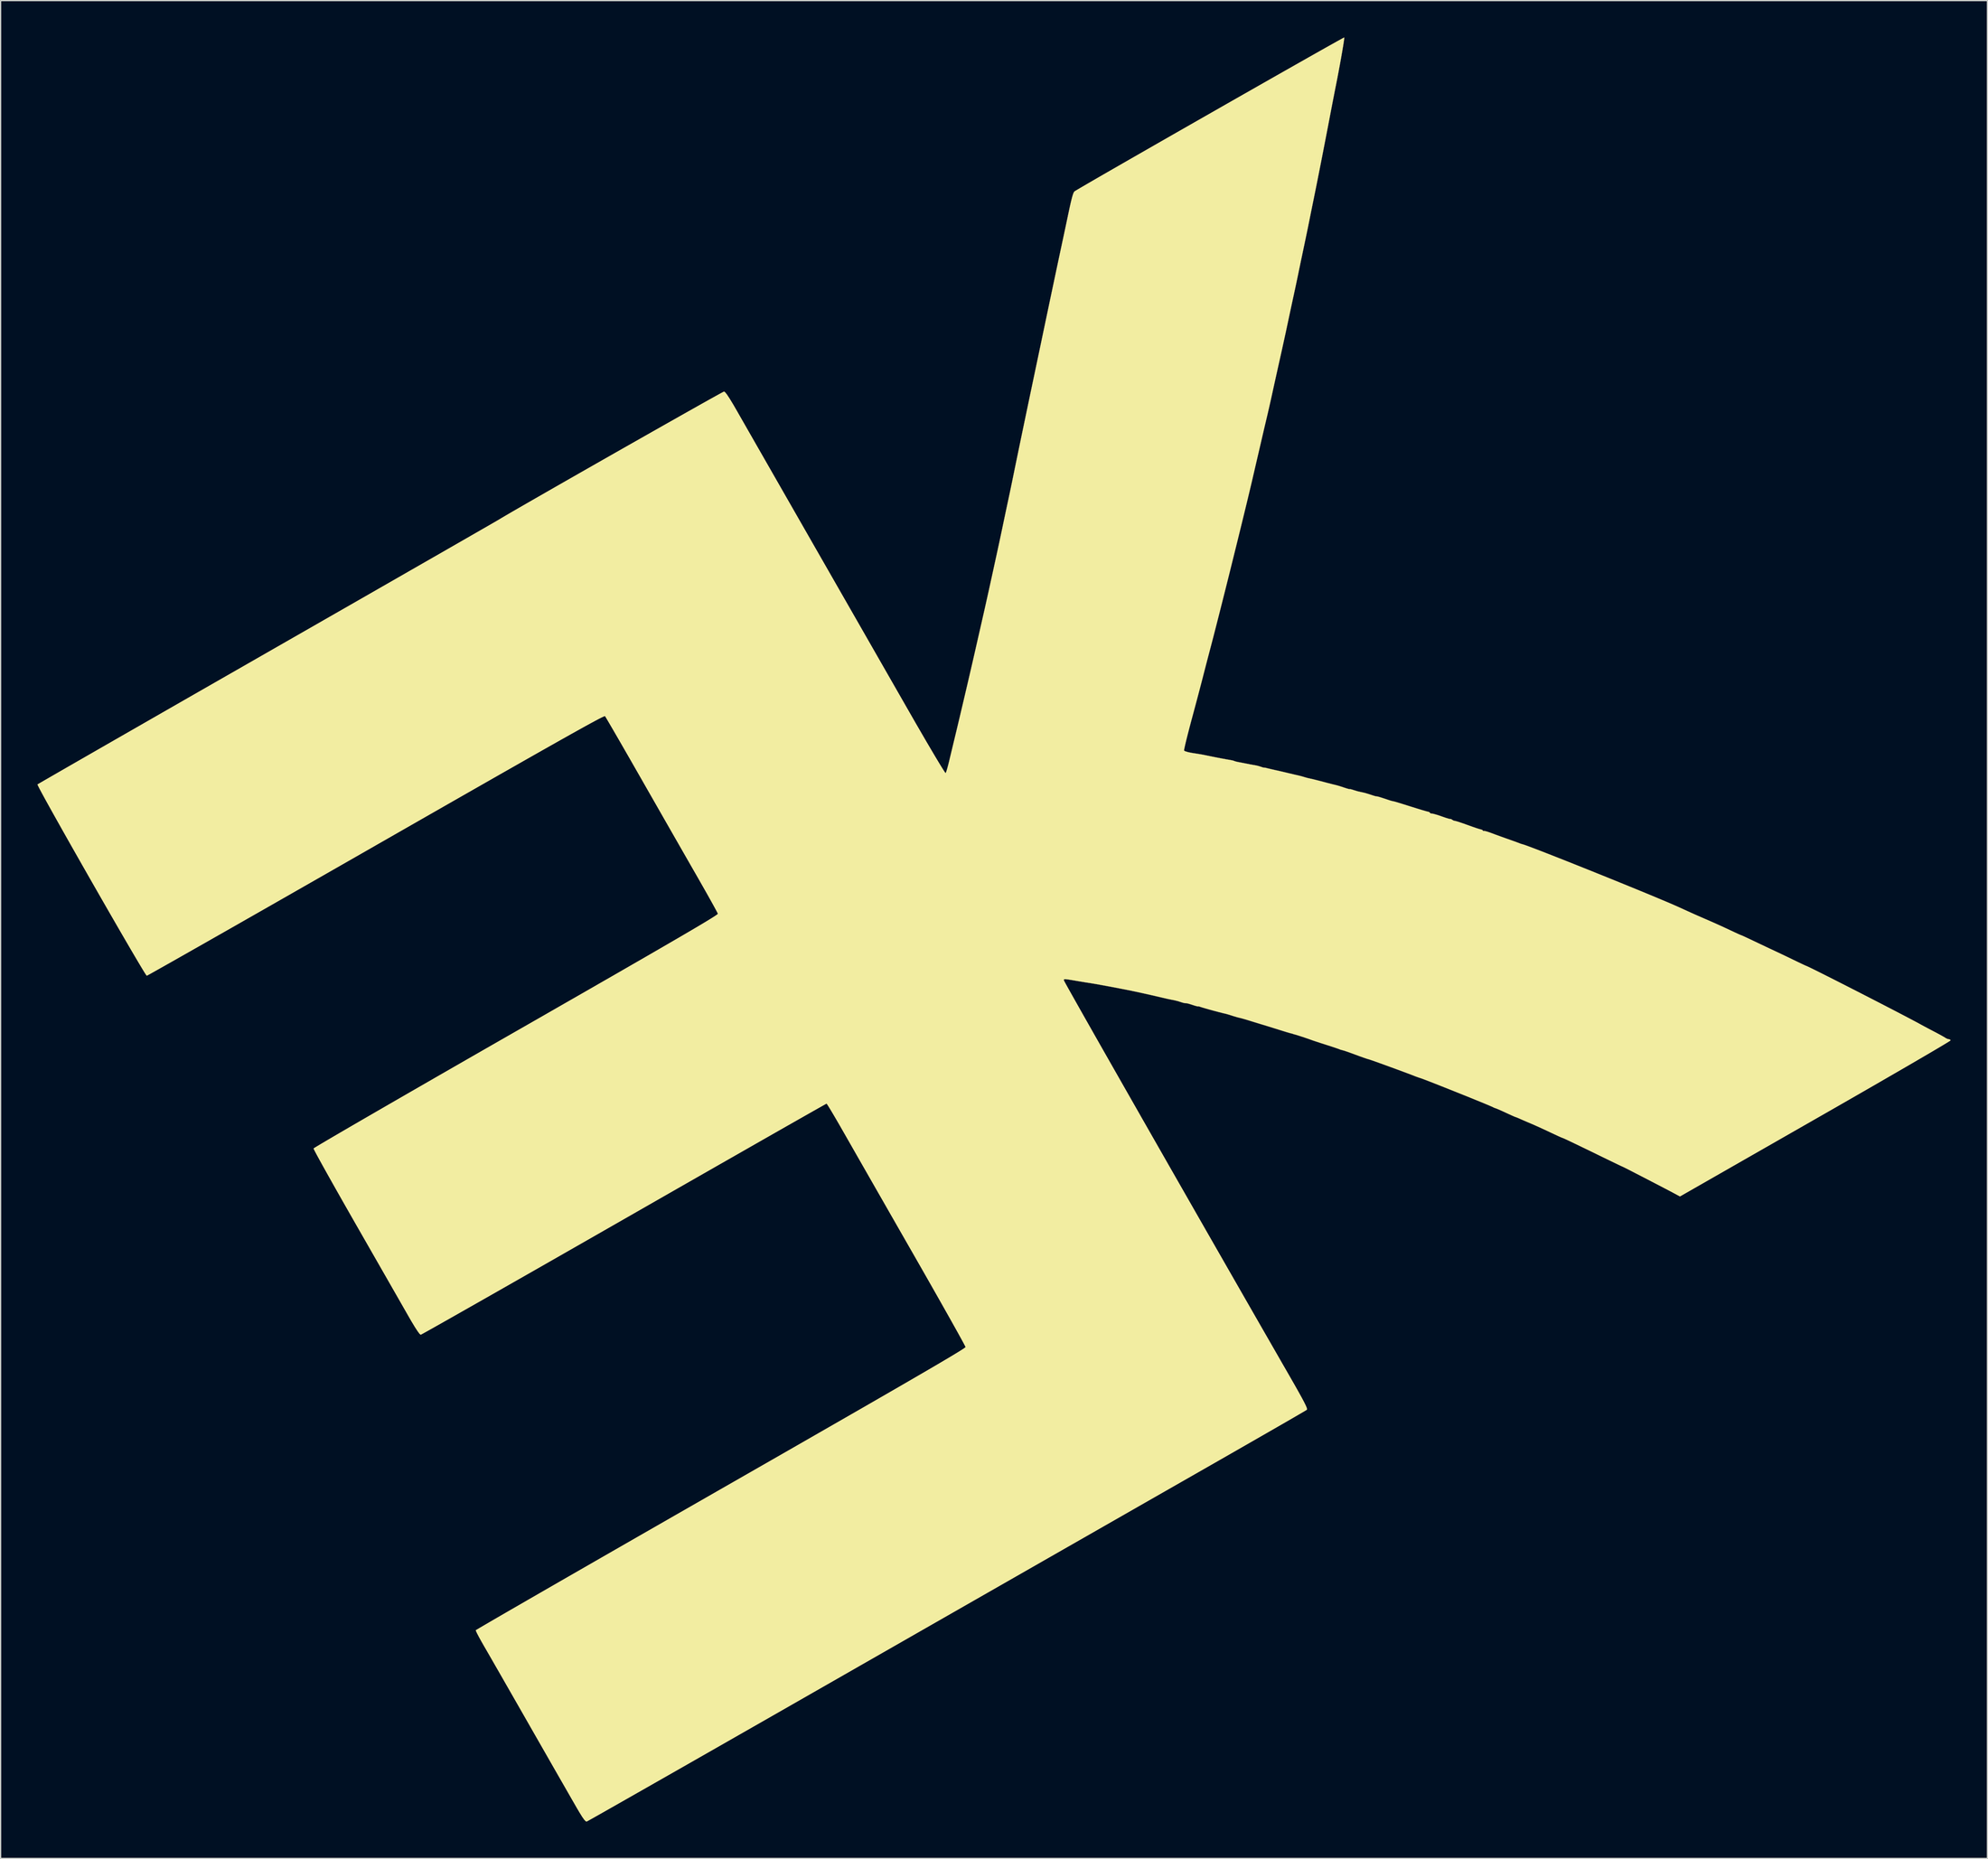
<source format=kicad_pcb>
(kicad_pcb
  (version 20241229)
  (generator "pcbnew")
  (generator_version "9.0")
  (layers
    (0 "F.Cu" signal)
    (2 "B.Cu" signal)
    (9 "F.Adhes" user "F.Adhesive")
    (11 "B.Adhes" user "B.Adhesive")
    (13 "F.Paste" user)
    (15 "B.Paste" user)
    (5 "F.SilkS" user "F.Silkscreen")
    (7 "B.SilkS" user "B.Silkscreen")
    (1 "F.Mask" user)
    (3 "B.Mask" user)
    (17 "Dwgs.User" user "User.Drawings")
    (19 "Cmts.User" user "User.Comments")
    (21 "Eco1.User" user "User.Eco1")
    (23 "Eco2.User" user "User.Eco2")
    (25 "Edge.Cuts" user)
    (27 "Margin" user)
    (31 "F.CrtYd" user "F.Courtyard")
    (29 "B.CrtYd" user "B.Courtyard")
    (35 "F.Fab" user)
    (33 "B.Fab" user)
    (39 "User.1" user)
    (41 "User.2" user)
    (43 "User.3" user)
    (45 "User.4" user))
  (footprint "giant-ek-logo"
    (layer "F.Cu")
    (at 77.93 72.532)
    (property "Reference" "giant-ek-logo" (at 0 0 0) (layer "F.SilkS") (effects (font (size 1.524 1.524) (thickness 0.3))))
    (attr through_hole)
    (fp_poly (pts (xy 28.506 -72.435) (xy 28.475 -72.201) (xy 28.42 -71.849) (xy 28.345 -71.402) (xy 28.255 -70.885) (xy 28.153 -70.321) (xy 28.044 -69.734) (xy 27.933 -69.149) (xy 27.822 -68.589) (xy 27.811 -68.538) (xy 27.759 -68.274) (xy 27.682 -67.878) (xy 27.586 -67.388) (xy 27.48 -66.836) (xy 27.369 -66.26) (xy 27.344 -66.125) (xy 27.112 -64.917) (xy 26.883 -63.734) (xy 26.663 -62.603) (xy 26.456 -61.552) (xy 26.268 -60.605) (xy 26.104 -59.792) (xy 26.066 -59.605) (xy 25.96 -59.083) (xy 25.849 -58.537) (xy 25.746 -58.029) (xy 25.664 -57.617) (xy 25.655 -57.573) (xy 25.581 -57.206) (xy 25.482 -56.724) (xy 25.368 -56.177) (xy 25.251 -55.617) (xy 25.19 -55.33) (xy 25.08 -54.805) (xy 24.971 -54.29) (xy 24.875 -53.826) (xy 24.798 -53.458) (xy 24.766 -53.298) (xy 24.705 -53.007) (xy 24.619 -52.596) (xy 24.515 -52.108) (xy 24.403 -51.588) (xy 24.342 -51.308) (xy 24.221 -50.746) (xy 24.093 -50.15) (xy 23.971 -49.579) (xy 23.867 -49.092) (xy 23.834 -48.937) (xy 23.75 -48.54) (xy 23.637 -48.024) (xy 23.508 -47.434) (xy 23.372 -46.817) (xy 23.24 -46.228) (xy 23.107 -45.633) (xy 22.972 -45.024) (xy 22.844 -44.446) (xy 22.733 -43.943) (xy 22.65 -43.561) (xy 22.537 -43.049) (xy 22.406 -42.468) (xy 22.278 -41.913) (xy 22.228 -41.698) (xy 22.13 -41.284) (xy 22.038 -40.895) (xy 21.964 -40.582) (xy 21.929 -40.428) (xy 21.882 -40.228) (xy 21.806 -39.901) (xy 21.709 -39.485) (xy 21.601 -39.018) (xy 21.545 -38.777) (xy 21.429 -38.281) (xy 21.317 -37.799) (xy 21.219 -37.375) (xy 21.145 -37.053) (xy 21.122 -36.957) (xy 20.971 -36.306) (xy 20.782 -35.512) (xy 20.563 -34.599) (xy 20.317 -33.587) (xy 20.051 -32.5) (xy 19.77 -31.358) (xy 19.479 -30.183) (xy 19.185 -28.998) (xy 18.892 -27.825) (xy 18.605 -26.686) (xy 18.331 -25.602) (xy 18.074 -24.595) (xy 17.841 -23.687) (xy 17.636 -22.901) (xy 17.569 -22.648) (xy 17.424 -22.095) (xy 17.273 -21.519) (xy 17.132 -20.974) (xy 17.013 -20.512) (xy 16.964 -20.32) (xy 16.882 -20.003) (xy 16.764 -19.553) (xy 16.619 -19.001) (xy 16.454 -18.38) (xy 16.277 -17.718) (xy 16.097 -17.048) (xy 16.08 -16.988) (xy 15.916 -16.369) (xy 15.769 -15.801) (xy 15.644 -15.305) (xy 15.548 -14.903) (xy 15.485 -14.614) (xy 15.46 -14.461) (xy 15.46 -14.443) (xy 15.557 -14.384) (xy 15.778 -14.317) (xy 16.08 -14.255) (xy 16.153 -14.243) (xy 16.497 -14.19) (xy 16.8 -14.14) (xy 17.003 -14.104) (xy 17.018 -14.101) (xy 17.227 -14.058) (xy 17.515 -14) (xy 17.653 -13.971) (xy 18.121 -13.878) (xy 18.576 -13.79) (xy 18.969 -13.719) (xy 19.242 -13.673) (xy 19.439 -13.634) (xy 19.546 -13.596) (xy 19.673 -13.552) (xy 19.861 -13.51) (xy 20.087 -13.468) (xy 20.393 -13.408) (xy 20.574 -13.372) (xy 20.878 -13.312) (xy 21.147 -13.264) (xy 21.258 -13.246) (xy 21.511 -13.19) (xy 21.706 -13.128) (xy 21.891 -13.067) (xy 21.995 -13.05) (xy 22.119 -13.038) (xy 22.246 -13.002) (xy 22.612 -12.916) (xy 22.906 -12.849) (xy 22.987 -12.832) (xy 23.142 -12.798) (xy 23.415 -12.735) (xy 23.756 -12.654) (xy 23.918 -12.615) (xy 24.274 -12.531) (xy 24.58 -12.459) (xy 24.79 -12.411) (xy 24.841 -12.4) (xy 25.037 -12.35) (xy 25.264 -12.282) (xy 25.524 -12.208) (xy 25.739 -12.16) (xy 25.909 -12.123) (xy 26.196 -12.052) (xy 26.554 -11.961) (xy 26.797 -11.897) (xy 27.17 -11.798) (xy 27.497 -11.714) (xy 27.733 -11.656) (xy 27.816 -11.637) (xy 27.989 -11.591) (xy 28.254 -11.509) (xy 28.472 -11.436) (xy 28.726 -11.354) (xy 28.901 -11.307) (xy 28.956 -11.304) (xy 29.027 -11.3) (xy 29.204 -11.249) (xy 29.287 -11.221) (xy 29.581 -11.131) (xy 29.868 -11.064) (xy 29.901 -11.059) (xy 30.14 -11.005) (xy 30.454 -10.915) (xy 30.671 -10.845) (xy 30.925 -10.762) (xy 31.101 -10.714) (xy 31.157 -10.71) (xy 31.231 -10.701) (xy 31.423 -10.647) (xy 31.696 -10.559) (xy 31.729 -10.548) (xy 32.02 -10.451) (xy 32.246 -10.377) (xy 32.361 -10.342) (xy 32.364 -10.342) (xy 32.449 -10.323) (xy 32.538 -10.303) (xy 32.597 -10.291) (xy 32.718 -10.257) (xy 32.97 -10.181) (xy 33.321 -10.073) (xy 33.74 -9.941) (xy 33.994 -9.861) (xy 34.436 -9.723) (xy 34.825 -9.604) (xy 35.13 -9.515) (xy 35.322 -9.464) (xy 35.37 -9.456) (xy 35.468 -9.41) (xy 35.475 -9.384) (xy 35.546 -9.326) (xy 35.642 -9.313) (xy 35.796 -9.285) (xy 36.059 -9.21) (xy 36.383 -9.103) (xy 36.489 -9.065) (xy 36.795 -8.959) (xy 37.029 -8.889) (xy 37.156 -8.865) (xy 37.169 -8.871) (xy 37.216 -8.868) (xy 37.27 -8.822) (xy 37.434 -8.731) (xy 37.503 -8.72) (xy 37.631 -8.691) (xy 37.881 -8.614) (xy 38.214 -8.501) (xy 38.566 -8.375) (xy 38.947 -8.238) (xy 39.28 -8.124) (xy 39.527 -8.047) (xy 39.645 -8.019) (xy 39.771 -7.971) (xy 39.793 -7.927) (xy 39.831 -7.886) (xy 39.845 -7.898) (xy 39.944 -7.896) (xy 40.156 -7.841) (xy 40.435 -7.745) (xy 40.459 -7.736) (xy 40.818 -7.602) (xy 41.252 -7.444) (xy 41.677 -7.292) (xy 41.741 -7.27) (xy 42.077 -7.151) (xy 42.361 -7.05) (xy 42.548 -6.982) (xy 42.587 -6.967) (xy 42.737 -6.91) (xy 42.778 -6.897) (xy 42.862 -6.862) (xy 42.952 -6.832) (xy 43.011 -6.818) (xy 43.173 -6.768) (xy 43.476 -6.659) (xy 43.906 -6.498) (xy 44.447 -6.291) (xy 45.085 -6.043) (xy 45.803 -5.761) (xy 46.588 -5.451) (xy 47.423 -5.118) (xy 48.295 -4.77) (xy 49.187 -4.411) (xy 50.085 -4.049) (xy 50.973 -3.688) (xy 51.837 -3.336) (xy 52.662 -2.998) (xy 53.432 -2.68) (xy 54.132 -2.388) (xy 54.748 -2.129) (xy 55.263 -1.909) (xy 55.664 -1.732) (xy 55.753 -1.692) (xy 56.115 -1.527) (xy 56.485 -1.359) (xy 56.769 -1.23) (xy 57.022 -1.116) (xy 57.378 -0.959) (xy 57.788 -0.78) (xy 58.124 -0.635) (xy 58.61 -0.421) (xy 59.153 -0.177) (xy 59.67 0.061) (xy 59.923 0.18) (xy 60.271 0.344) (xy 60.56 0.477) (xy 60.758 0.565) (xy 60.831 0.593) (xy 60.918 0.627) (xy 61.128 0.722) (xy 61.433 0.864) (xy 61.803 1.039) (xy 61.91 1.09) (xy 62.354 1.302) (xy 62.8 1.513) (xy 63.197 1.701) (xy 63.494 1.839) (xy 63.5 1.842) (xy 63.795 1.981) (xy 64.191 2.169) (xy 64.635 2.381) (xy 65.066 2.59) (xy 65.444 2.772) (xy 65.765 2.925) (xy 65.999 3.035) (xy 66.117 3.087) (xy 66.125 3.09) (xy 66.229 3.133) (xy 66.468 3.247) (xy 66.825 3.422) (xy 67.285 3.651) (xy 67.832 3.926) (xy 68.45 4.238) (xy 69.123 4.58) (xy 69.835 4.943) (xy 70.571 5.319) (xy 71.315 5.701) (xy 72.05 6.079) (xy 72.761 6.446) (xy 73.432 6.794) (xy 74.047 7.115) (xy 74.591 7.4) (xy 75.047 7.642) (xy 75.399 7.832) (xy 75.48 7.877) (xy 75.747 8.022) (xy 76.105 8.212) (xy 76.493 8.417) (xy 76.666 8.507) (xy 76.995 8.682) (xy 77.27 8.835) (xy 77.454 8.944) (xy 77.508 8.982) (xy 77.657 9.05) (xy 77.741 9.059) (xy 77.868 9.108) (xy 77.892 9.165) (xy 77.819 9.219) (xy 77.608 9.351) (xy 77.265 9.558) (xy 76.8 9.835) (xy 76.219 10.177) (xy 75.532 10.579) (xy 74.746 11.037) (xy 73.869 11.547) (xy 72.909 12.102) (xy 71.875 12.7) (xy 70.774 13.334) (xy 69.615 14.001) (xy 68.405 14.695) (xy 67.152 15.412) (xy 66.872 15.572) (xy 55.854 21.874) (xy 55.338 21.596) (xy 55.061 21.449) (xy 54.657 21.237) (xy 54.149 20.972) (xy 53.559 20.666) (xy 52.913 20.331) (xy 52.231 19.979) (xy 51.731 19.722) (xy 51.458 19.583) (xy 51.248 19.479) (xy 51.142 19.43) (xy 51.139 19.429) (xy 51.053 19.39) (xy 50.839 19.289) (xy 50.52 19.135) (xy 50.12 18.942) (xy 49.662 18.719) (xy 49.572 18.676) (xy 48.714 18.257) (xy 47.999 17.91) (xy 47.42 17.631) (xy 46.969 17.415) (xy 46.638 17.258) (xy 46.418 17.157) (xy 46.303 17.109) (xy 46.281 17.103) (xy 46.193 17.068) (xy 45.982 16.975) (xy 45.679 16.835) (xy 45.315 16.664) (xy 45.269 16.642) (xy 44.836 16.439) (xy 44.4 16.239) (xy 44.015 16.066) (xy 43.761 15.956) (xy 43.419 15.811) (xy 43.081 15.665) (xy 42.867 15.57) (xy 42.648 15.474) (xy 42.501 15.417) (xy 42.473 15.409) (xy 42.385 15.376) (xy 42.179 15.286) (xy 41.889 15.154) (xy 41.686 15.06) (xy 41.357 14.909) (xy 41.082 14.787) (xy 40.9 14.712) (xy 40.852 14.696) (xy 40.714 14.646) (xy 40.598 14.589) (xy 40.465 14.528) (xy 40.201 14.415) (xy 39.826 14.259) (xy 39.363 14.07) (xy 38.833 13.854) (xy 38.259 13.623) (xy 37.662 13.383) (xy 37.065 13.145) (xy 36.489 12.916) (xy 35.957 12.706) (xy 35.49 12.523) (xy 35.11 12.377) (xy 34.84 12.275) (xy 34.701 12.227) (xy 34.692 12.225) (xy 34.586 12.192) (xy 34.48 12.153) (xy 34.352 12.108) (xy 34.29 12.084) (xy 34.067 11.996) (xy 33.736 11.871) (xy 33.325 11.717) (xy 32.862 11.546) (xy 32.375 11.367) (xy 31.892 11.191) (xy 31.441 11.028) (xy 31.05 10.888) (xy 30.746 10.781) (xy 30.558 10.718) (xy 30.515 10.705) (xy 30.367 10.662) (xy 30.1 10.572) (xy 29.756 10.449) (xy 29.431 10.329) (xy 29.055 10.191) (xy 28.729 10.075) (xy 28.488 9.995) (xy 28.38 9.966) (xy 28.205 9.92) (xy 28.152 9.896) (xy 28.042 9.854) (xy 27.805 9.772) (xy 27.475 9.662) (xy 27.085 9.536) (xy 27.051 9.525) (xy 26.647 9.396) (xy 26.291 9.28) (xy 26.019 9.19) (xy 25.869 9.138) (xy 25.866 9.136) (xy 25.654 9.06) (xy 25.364 8.96) (xy 25.048 8.855) (xy 24.756 8.761) (xy 24.541 8.695) (xy 24.469 8.676) (xy 24.356 8.645) (xy 24.342 8.636) (xy 24.272 8.612) (xy 24.196 8.595) (xy 24.057 8.559) (xy 23.798 8.483) (xy 23.463 8.38) (xy 23.223 8.304) (xy 22.795 8.17) (xy 22.355 8.033) (xy 21.974 7.916) (xy 21.844 7.877) (xy 21.446 7.757) (xy 21.006 7.621) (xy 20.737 7.537) (xy 20.422 7.442) (xy 20.147 7.364) (xy 19.982 7.324) (xy 19.782 7.274) (xy 19.509 7.193) (xy 19.389 7.154) (xy 19.12 7.069) (xy 18.897 7.005) (xy 18.831 6.989) (xy 18.6 6.935) (xy 18.273 6.851) (xy 17.895 6.751) (xy 17.512 6.646) (xy 17.172 6.549) (xy 16.92 6.474) (xy 16.826 6.442) (xy 16.663 6.39) (xy 16.595 6.39) (xy 16.522 6.384) (xy 16.334 6.332) (xy 16.115 6.261) (xy 15.855 6.179) (xy 15.667 6.133) (xy 15.599 6.132) (xy 15.505 6.128) (xy 15.311 6.077) (xy 15.218 6.046) (xy 14.93 5.956) (xy 14.658 5.89) (xy 14.612 5.881) (xy 14.388 5.839) (xy 14.076 5.772) (xy 13.822 5.713) (xy 12.892 5.496) (xy 12.049 5.307) (xy 11.239 5.134) (xy 10.41 4.968) (xy 9.509 4.796) (xy 8.721 4.651) (xy 8.352 4.584) (xy 8.08 4.537) (xy 7.837 4.497) (xy 7.578 4.457) (xy 7.358 4.423) (xy 7.047 4.371) (xy 6.773 4.325) (xy 6.327 4.249) (xy 6.021 4.2) (xy 5.829 4.176) (xy 5.725 4.175) (xy 5.681 4.198) (xy 5.672 4.243) (xy 5.673 4.274) (xy 5.714 4.358) (xy 5.836 4.582) (xy 6.034 4.939) (xy 6.305 5.422) (xy 6.644 6.024) (xy 7.047 6.739) (xy 7.511 7.559) (xy 8.032 8.478) (xy 8.605 9.488) (xy 9.228 10.583) (xy 9.895 11.755) (xy 10.603 12.999) (xy 11.348 14.306) (xy 12.125 15.67) (xy 12.932 17.085) (xy 13.764 18.542) (xy 14.617 20.036) (xy 15.488 21.559) (xy 16.371 23.105) (xy 17.264 24.666) (xy 18.163 26.236) (xy 19.063 27.808) (xy 19.96 29.374) (xy 20.851 30.928) (xy 21.731 32.463) (xy 22.598 33.972) (xy 23.445 35.449) (xy 24.018 36.444) (xy 24.436 37.174) (xy 24.773 37.771) (xy 25.037 38.247) (xy 25.233 38.615) (xy 25.367 38.886) (xy 25.447 39.074) (xy 25.478 39.19) (xy 25.466 39.247) (xy 25.465 39.248) (xy 25.379 39.302) (xy 25.156 39.434) (xy 24.802 39.64) (xy 24.329 39.915) (xy 23.745 40.253) (xy 23.058 40.649) (xy 22.277 41.098) (xy 21.413 41.594) (xy 20.472 42.134) (xy 19.465 42.711) (xy 18.401 43.321) (xy 17.288 43.957) (xy 16.171 44.596) (xy 15.266 45.113) (xy 14.223 45.709) (xy 13.054 46.377) (xy 11.768 47.112) (xy 10.377 47.908) (xy 8.89 48.758) (xy 7.317 49.658) (xy 5.668 50.6) (xy 3.954 51.58) (xy 2.186 52.592) (xy 0.372 53.629) (xy -1.476 54.686) (xy -3.349 55.757) (xy -5.235 56.836) (xy -7.126 57.918) (xy -9.01 58.996) (xy -10.878 60.064) (xy -12.718 61.118) (xy -13.035 61.299) (xy -14.742 62.275) (xy -16.411 63.23) (xy -18.036 64.159) (xy -19.612 65.06) (xy -21.132 65.928) (xy -22.59 66.761) (xy -23.98 67.554) (xy -25.297 68.306) (xy -26.534 69.011) (xy -27.685 69.667) (xy -28.744 70.271) (xy -29.706 70.818) (xy -30.563 71.306) (xy -31.311 71.73) (xy -31.942 72.089) (xy -32.452 72.377) (xy -32.834 72.592) (xy -33.082 72.73) (xy -33.19 72.788) (xy -33.194 72.79) (xy -33.274 72.764) (xy -33.39 72.643) (xy -33.553 72.413) (xy -33.774 72.058) (xy -34.011 71.656) (xy -34.166 71.385) (xy -34.398 70.983) (xy -34.695 70.464) (xy -35.051 69.843) (xy -35.457 69.136) (xy -35.903 68.357) (xy -36.381 67.521) (xy -36.882 66.645) (xy -37.399 65.742) (xy -37.761 65.109) (xy -38.283 64.195) (xy -38.798 63.295) (xy -39.296 62.425) (xy -39.768 61.601) (xy -40.206 60.836) (xy -40.602 60.147) (xy -40.945 59.549) (xy -41.228 59.058) (xy -41.442 58.687) (xy -41.544 58.512) (xy -41.778 58.102) (xy -41.977 57.74) (xy -42.126 57.454) (xy -42.212 57.268) (xy -42.227 57.211) (xy -42.152 57.163) (xy -41.936 57.034) (xy -41.585 56.828) (xy -41.105 56.548) (xy -40.502 56.197) (xy -39.782 55.78) (xy -38.951 55.3) (xy -38.015 54.76) (xy -36.98 54.163) (xy -35.852 53.513) (xy -34.636 52.813) (xy -33.339 52.068) (xy -31.967 51.279) (xy -30.526 50.452) (xy -29.022 49.588) (xy -27.461 48.693) (xy -25.848 47.768) (xy -24.19 46.818) (xy -22.493 45.845) (xy -22.264 45.714) (xy -20.142 44.499) (xy -18.163 43.365) (xy -16.322 42.31) (xy -14.617 41.331) (xy -13.043 40.427) (xy -11.595 39.595) (xy -10.27 38.833) (xy -9.064 38.137) (xy -7.973 37.507) (xy -6.992 36.939) (xy -6.117 36.431) (xy -5.345 35.981) (xy -4.671 35.587) (xy -4.092 35.245) (xy -3.603 34.955) (xy -3.2 34.712) (xy -2.878 34.516) (xy -2.635 34.363) (xy -2.466 34.252) (xy -2.367 34.179) (xy -2.333 34.143) (xy -2.333 34.142) (xy -2.375 34.048) (xy -2.496 33.818) (xy -2.69 33.461) (xy -2.951 32.987) (xy -3.275 32.406) (xy -3.654 31.729) (xy -4.085 30.965) (xy -4.56 30.124) (xy -5.075 29.217) (xy -5.623 28.254) (xy -6.2 27.244) (xy -6.603 26.539) (xy -7.23 25.444) (xy -7.858 24.347) (xy -8.478 23.264) (xy -9.082 22.208) (xy -9.662 21.195) (xy -10.209 20.238) (xy -10.716 19.351) (xy -11.174 18.551) (xy -11.574 17.849) (xy -11.91 17.262) (xy -12.171 16.804) (xy -12.229 16.703) (xy -12.559 16.126) (xy -12.865 15.599) (xy -13.135 15.139) (xy -13.359 14.764) (xy -13.528 14.492) (xy -13.63 14.338) (xy -13.655 14.311) (xy -13.734 14.352) (xy -13.953 14.474) (xy -14.305 14.672) (xy -14.785 14.944) (xy -15.385 15.284) (xy -16.099 15.69) (xy -16.921 16.157) (xy -17.843 16.682) (xy -18.859 17.261) (xy -19.962 17.891) (xy -21.146 18.567) (xy -22.405 19.285) (xy -23.731 20.043) (xy -25.118 20.836) (xy -26.559 21.66) (xy -28.048 22.512) (xy -29.578 23.388) (xy -30.155 23.718) (xy -31.699 24.602) (xy -33.206 25.464) (xy -34.667 26.299) (xy -36.077 27.105) (xy -37.429 27.877) (xy -38.717 28.611) (xy -39.932 29.304) (xy -41.07 29.952) (xy -42.123 30.551) (xy -43.085 31.097) (xy -43.948 31.587) (xy -44.707 32.017) (xy -45.355 32.383) (xy -45.885 32.681) (xy -46.29 32.908) (xy -46.564 33.059) (xy -46.701 33.131) (xy -46.715 33.137) (xy -46.802 33.067) (xy -46.96 32.856) (xy -47.183 32.514) (xy -47.463 32.05) (xy -47.71 31.623) (xy -47.891 31.306) (xy -48.148 30.856) (xy -48.472 30.29) (xy -48.855 29.621) (xy -49.288 28.864) (xy -49.762 28.036) (xy -50.27 27.149) (xy -50.802 26.22) (xy -51.35 25.262) (xy -51.906 24.292) (xy -52.021 24.091) (xy -52.551 23.163) (xy -53.056 22.276) (xy -53.529 21.441) (xy -53.964 20.67) (xy -54.355 19.973) (xy -54.696 19.361) (xy -54.98 18.847) (xy -55.201 18.44) (xy -55.353 18.152) (xy -55.43 17.994) (xy -55.438 17.968) (xy -55.364 17.916) (xy -55.148 17.783) (xy -54.799 17.575) (xy -54.323 17.293) (xy -53.726 16.943) (xy -53.015 16.528) (xy -52.197 16.052) (xy -51.277 15.518) (xy -50.264 14.932) (xy -49.162 14.295) (xy -47.98 13.612) (xy -46.722 12.888) (xy -45.397 12.125) (xy -44.011 11.328) (xy -42.57 10.5) (xy -41.08 9.645) (xy -39.549 8.768) (xy -38.947 8.423) (xy -37.029 7.325) (xy -35.255 6.307) (xy -33.618 5.369) (xy -32.115 4.505) (xy -30.741 3.716) (xy -29.492 2.996) (xy -28.362 2.345) (xy -27.348 1.758) (xy -26.445 1.234) (xy -25.648 0.771) (xy -24.953 0.364) (xy -24.354 0.012) (xy -23.849 -0.288) (xy -23.432 -0.539) (xy -23.098 -0.743) (xy -22.844 -0.903) (xy -22.663 -1.022) (xy -22.553 -1.102) (xy -22.508 -1.146) (xy -22.507 -1.152) (xy -22.554 -1.256) (xy -22.677 -1.489) (xy -22.865 -1.835) (xy -23.111 -2.278) (xy -23.403 -2.799) (xy -23.734 -3.383) (xy -24.093 -4.013) (xy -24.166 -4.141) (xy -24.504 -4.73) (xy -24.913 -5.443) (xy -25.38 -6.259) (xy -25.892 -7.154) (xy -26.437 -8.106) (xy -27.001 -9.092) (xy -27.571 -10.09) (xy -28.136 -11.077) (xy -28.681 -12.031) (xy -28.7 -12.065) (xy -29.188 -12.918) (xy -29.653 -13.73) (xy -30.088 -14.487) (xy -30.486 -15.178) (xy -30.84 -15.79) (xy -31.143 -16.312) (xy -31.388 -16.731) (xy -31.567 -17.035) (xy -31.674 -17.211) (xy -31.701 -17.252) (xy -31.74 -17.247) (xy -31.835 -17.209) (xy -31.993 -17.134) (xy -32.217 -17.02) (xy -32.512 -16.864) (xy -32.882 -16.664) (xy -33.332 -16.418) (xy -33.866 -16.121) (xy -34.489 -15.774) (xy -35.206 -15.371) (xy -36.02 -14.912) (xy -36.936 -14.394) (xy -37.96 -13.813) (xy -39.094 -13.168) (xy -40.344 -12.457) (xy -41.714 -11.675) (xy -43.209 -10.822) (xy -44.833 -9.894) (xy -46.591 -8.889) (xy -48.487 -7.804) (xy -50.36 -6.732) (xy -52.002 -5.792) (xy -53.607 -4.874) (xy -55.166 -3.982) (xy -56.676 -3.12) (xy -58.128 -2.29) (xy -59.517 -1.497) (xy -60.838 -0.744) (xy -62.082 -0.034) (xy -63.245 0.628) (xy -64.32 1.24) (xy -65.301 1.797) (xy -66.181 2.297) (xy -66.955 2.736) (xy -67.616 3.109) (xy -68.158 3.414) (xy -68.574 3.648) (xy -68.859 3.806) (xy -69.006 3.884) (xy -69.026 3.893) (xy -69.083 3.821) (xy -69.217 3.614) (xy -69.42 3.282) (xy -69.685 2.838) (xy -70.007 2.294) (xy -70.378 1.661) (xy -70.792 0.951) (xy -71.242 0.176) (xy -71.721 -0.653) (xy -72.223 -1.524) (xy -72.741 -2.426) (xy -73.268 -3.346) (xy -73.798 -4.273) (xy -74.323 -5.195) (xy -74.838 -6.101) (xy -75.336 -6.979) (xy -75.809 -7.817) (xy -76.251 -8.603) (xy -76.656 -9.326) (xy -77.017 -9.975) (xy -77.327 -10.536) (xy -77.58 -11) (xy -77.768 -11.353) (xy -77.885 -11.585) (xy -77.925 -11.683) (xy -77.925 -11.685) (xy -77.846 -11.733) (xy -77.626 -11.861) (xy -77.271 -12.067) (xy -76.789 -12.345) (xy -76.184 -12.694) (xy -75.464 -13.109) (xy -74.634 -13.586) (xy -73.7 -14.123) (xy -72.67 -14.715) (xy -71.548 -15.359) (xy -70.342 -16.051) (xy -69.057 -16.788) (xy -67.7 -17.567) (xy -66.277 -18.383) (xy -64.794 -19.233) (xy -63.258 -20.113) (xy -61.674 -21.02) (xy -60.049 -21.951) (xy -59.309 -22.375) (xy -57.663 -23.318) (xy -56.053 -24.24) (xy -54.485 -25.139) (xy -52.965 -26.009) (xy -51.501 -26.848) (xy -50.098 -27.653) (xy -48.763 -28.418) (xy -47.502 -29.142) (xy -46.321 -29.819) (xy -45.227 -30.446) (xy -44.227 -31.021) (xy -43.326 -31.538) (xy -42.531 -31.995) (xy -41.849 -32.387) (xy -41.285 -32.711) (xy -40.847 -32.964) (xy -40.54 -33.141) (xy -40.372 -33.24) (xy -40.344 -33.256) (xy -40.126 -33.388) (xy -39.783 -33.59) (xy -39.325 -33.857) (xy -38.763 -34.182) (xy -38.108 -34.56) (xy -37.37 -34.984) (xy -36.561 -35.448) (xy -35.692 -35.946) (xy -34.772 -36.472) (xy -33.814 -37.019) (xy -32.827 -37.582) (xy -31.823 -38.154) (xy -30.813 -38.729) (xy -29.807 -39.301) (xy -28.816 -39.863) (xy -27.85 -40.411) (xy -26.922 -40.937) (xy -26.041 -41.435) (xy -25.219 -41.9) (xy -24.466 -42.324) (xy -23.793 -42.703) (xy -23.211 -43.029) (xy -22.73 -43.296) (xy -22.362 -43.499) (xy -22.118 -43.631) (xy -22.007 -43.687) (xy -22.003 -43.688) (xy -21.912 -43.623) (xy -21.758 -43.426) (xy -21.539 -43.092) (xy -21.25 -42.615) (xy -20.928 -42.058) (xy -20.825 -41.877) (xy -20.707 -41.67) (xy -20.572 -41.434) (xy -20.416 -41.162) (xy -20.238 -40.851) (xy -20.035 -40.495) (xy -19.802 -40.089) (xy -19.539 -39.628) (xy -19.241 -39.107) (xy -18.905 -38.521) (xy -18.53 -37.866) (xy -18.112 -37.135) (xy -17.648 -36.325) (xy -17.136 -35.43) (xy -16.572 -34.445) (xy -15.954 -33.365) (xy -15.279 -32.186) (xy -14.544 -30.901) (xy -13.745 -29.507) (xy -12.882 -27.999) (xy -11.949 -26.37) (xy -10.945 -24.617) (xy -9.867 -22.733) (xy -8.712 -20.716) (xy -7.476 -18.558) (xy -6.898 -17.549) (xy -6.415 -16.706) (xy -5.954 -15.911) (xy -5.525 -15.173) (xy -5.132 -14.505) (xy -4.785 -13.919) (xy -4.489 -13.426) (xy -4.251 -13.038) (xy -4.078 -12.766) (xy -3.979 -12.624) (xy -3.956 -12.605) (xy -3.908 -12.712) (xy -3.834 -12.947) (xy -3.746 -13.272) (xy -3.675 -13.556) (xy -3.557 -14.048) (xy -3.424 -14.601) (xy -3.3 -15.119) (xy -3.26 -15.282) (xy -3.032 -16.231) (xy -2.784 -17.274) (xy -2.525 -18.371) (xy -2.265 -19.479) (xy -2.013 -20.559) (xy -1.779 -21.569) (xy -1.573 -22.469) (xy -1.513 -22.733) (xy -1.411 -23.183) (xy -1.299 -23.675) (xy -1.199 -24.113) (xy -1.185 -24.172) (xy -0.789 -25.914) (xy -0.419 -27.574) (xy -0.209 -28.533) (xy -0.087 -29.089) (xy 0.04 -29.675) (xy 0.162 -30.233) (xy 0.265 -30.706) (xy 0.298 -30.861) (xy 0.405 -31.353) (xy 0.527 -31.926) (xy 0.647 -32.493) (xy 0.713 -32.808) (xy 0.825 -33.343) (xy 0.953 -33.95) (xy 1.078 -34.539) (xy 1.143 -34.84) (xy 1.249 -35.338) (xy 1.362 -35.875) (xy 1.465 -36.375) (xy 1.524 -36.661) (xy 1.615 -37.108) (xy 1.736 -37.699) (xy 1.883 -38.41) (xy 2.05 -39.217) (xy 2.233 -40.099) (xy 2.427 -41.031) (xy 2.628 -41.992) (xy 2.83 -42.958) (xy 3.029 -43.907) (xy 3.22 -44.816) (xy 3.259 -45) (xy 3.37 -45.53) (xy 3.506 -46.175) (xy 3.655 -46.884) (xy 3.807 -47.606) (xy 3.95 -48.291) (xy 3.979 -48.429) (xy 4.271 -49.819) (xy 4.533 -51.067) (xy 4.771 -52.196) (xy 4.99 -53.23) (xy 5.194 -54.193) (xy 5.389 -55.108) (xy 5.579 -56) (xy 5.59 -56.049) (xy 5.7 -56.565) (xy 5.814 -57.1) (xy 5.918 -57.594) (xy 6.002 -57.99) (xy 6.012 -58.039) (xy 6.148 -58.679) (xy 6.259 -59.17) (xy 6.35 -59.529) (xy 6.425 -59.775) (xy 6.49 -59.926) (xy 6.536 -59.987) (xy 6.628 -60.046) (xy 6.856 -60.183) (xy 7.21 -60.39) (xy 7.68 -60.664) (xy 8.256 -60.998) (xy 8.929 -61.387) (xy 9.689 -61.824) (xy 10.526 -62.305) (xy 11.43 -62.824) (xy 12.392 -63.375) (xy 13.4 -63.953) (xy 14.447 -64.552) (xy 15.521 -65.166) (xy 16.613 -65.79) (xy 17.714 -66.418) (xy 18.812 -67.045) (xy 19.899 -67.665) (xy 20.965 -68.271) (xy 21.999 -68.86) (xy 22.992 -69.425) (xy 23.935 -69.96) (xy 24.817 -70.46) (xy 25.628 -70.92) (xy 26.359 -71.333) (xy 26.999 -71.694) (xy 27.54 -71.997) (xy 27.971 -72.238) (xy 28.282 -72.409) (xy 28.463 -72.507) (xy 28.508 -72.527) (xy 28.506 -72.435)) (stroke (width 0.01) (type solid)) (fill yes) (layer "F.SilkS")))
  (gr_rect
    (start -3 -3)
    (end 158.827 148.327)
    (stroke (width 0.1) (type default))
    (fill no)
    (layer "Edge.Cuts")))
</source>
